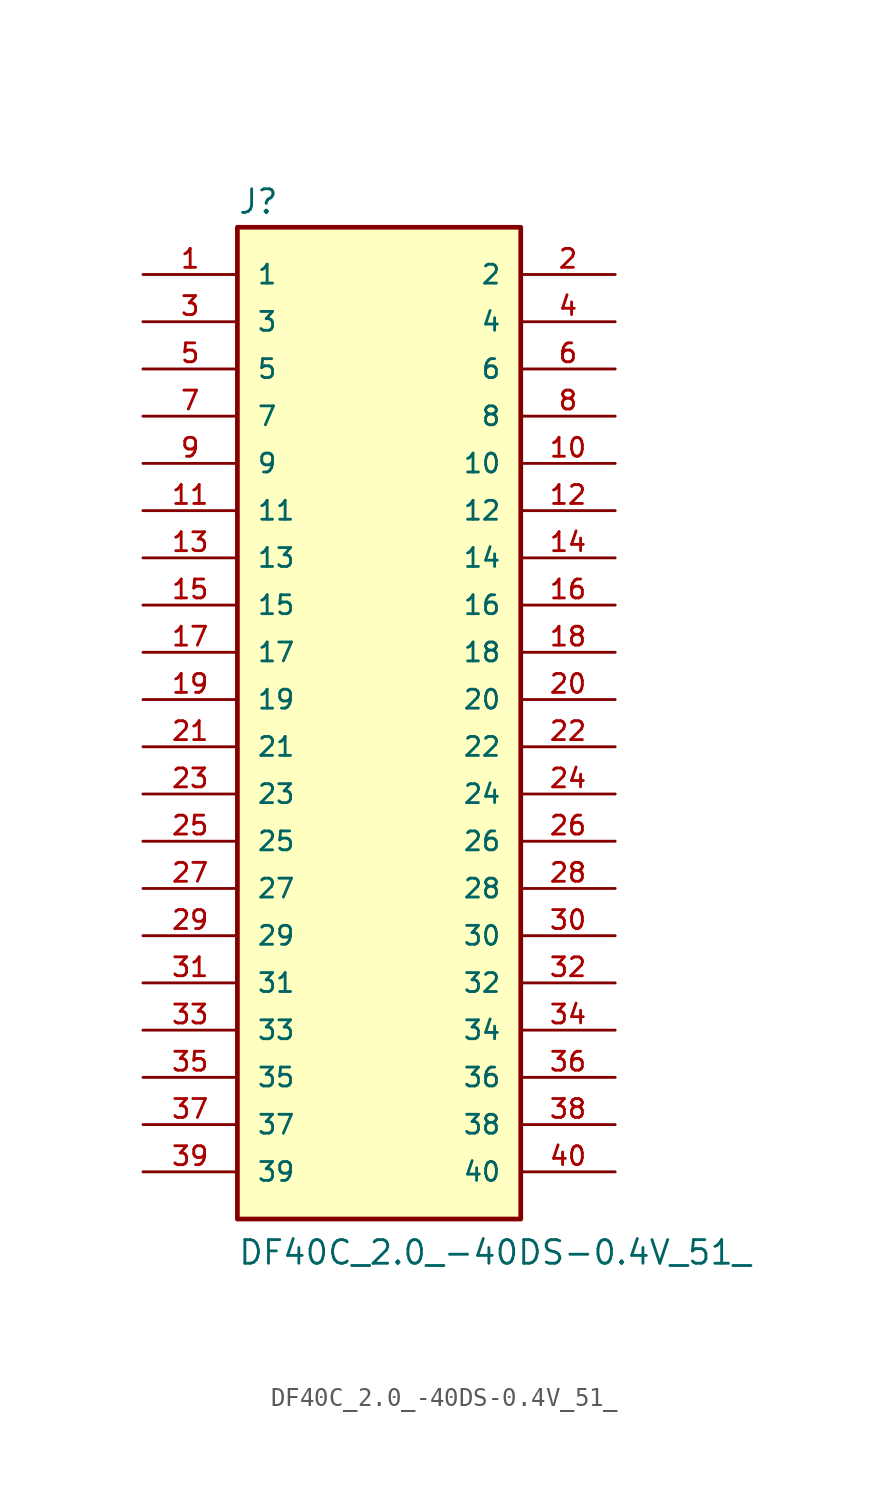
<source format=kicad_sym>
(kicad_symbol_lib
  (version 20211014)
  (generator kicad_symbol_editor)
  (symbol "DF40C_2.0_-40DS-0.4V_51_"
    (pin_names
      (offset 1.016))
    (property "Reference" "J"
      (at -7.62 28.575 0)
      (effects (font (size 1.27 1.27)) (justify bottom left)))
    (property "Value" "DF40C_2.0_-40DS-0.4V_51_"
      (at -7.62 -27.94 0)
      (effects (font (size 1.27 1.27)) (justify bottom left)))
    (symbol "DF40C_2.0_-40DS-0.4V_51__0_0"
      (rectangle (start -7.62 -25.4) (end 7.62 27.94) (stroke (width 0.254)) (fill (type background)))
      (pin passive line (at -12.7 25.4 0) (length 5.08) (name "1" (effects (font (size 1.016 1.016)))) (number "1" (effects (font (size 1.016 1.016)))))
      (pin passive line (at 12.7 25.4 180.0) (length 5.08) (name "2" (effects (font (size 1.016 1.016)))) (number "2" (effects (font (size 1.016 1.016)))))
      (pin passive line (at -12.7 22.86 0) (length 5.08) (name "3" (effects (font (size 1.016 1.016)))) (number "3" (effects (font (size 1.016 1.016)))))
      (pin passive line (at 12.7 22.86 180.0) (length 5.08) (name "4" (effects (font (size 1.016 1.016)))) (number "4" (effects (font (size 1.016 1.016)))))
      (pin passive line (at -12.7 20.32 0) (length 5.08) (name "5" (effects (font (size 1.016 1.016)))) (number "5" (effects (font (size 1.016 1.016)))))
      (pin passive line (at 12.7 20.32 180.0) (length 5.08) (name "6" (effects (font (size 1.016 1.016)))) (number "6" (effects (font (size 1.016 1.016)))))
      (pin passive line (at -12.7 17.78 0) (length 5.08) (name "7" (effects (font (size 1.016 1.016)))) (number "7" (effects (font (size 1.016 1.016)))))
      (pin passive line (at 12.7 17.78 180.0) (length 5.08) (name "8" (effects (font (size 1.016 1.016)))) (number "8" (effects (font (size 1.016 1.016)))))
      (pin passive line (at -12.7 15.24 0) (length 5.08) (name "9" (effects (font (size 1.016 1.016)))) (number "9" (effects (font (size 1.016 1.016)))))
      (pin passive line (at 12.7 15.24 180.0) (length 5.08) (name "10" (effects (font (size 1.016 1.016)))) (number "10" (effects (font (size 1.016 1.016)))))
      (pin passive line (at -12.7 12.7 0) (length 5.08) (name "11" (effects (font (size 1.016 1.016)))) (number "11" (effects (font (size 1.016 1.016)))))
      (pin passive line (at 12.7 12.7 180.0) (length 5.08) (name "12" (effects (font (size 1.016 1.016)))) (number "12" (effects (font (size 1.016 1.016)))))
      (pin passive line (at -12.7 10.16 0) (length 5.08) (name "13" (effects (font (size 1.016 1.016)))) (number "13" (effects (font (size 1.016 1.016)))))
      (pin passive line (at 12.7 10.16 180.0) (length 5.08) (name "14" (effects (font (size 1.016 1.016)))) (number "14" (effects (font (size 1.016 1.016)))))
      (pin passive line (at -12.7 7.62 0) (length 5.08) (name "15" (effects (font (size 1.016 1.016)))) (number "15" (effects (font (size 1.016 1.016)))))
      (pin passive line (at 12.7 7.62 180.0) (length 5.08) (name "16" (effects (font (size 1.016 1.016)))) (number "16" (effects (font (size 1.016 1.016)))))
      (pin passive line (at -12.7 5.08 0) (length 5.08) (name "17" (effects (font (size 1.016 1.016)))) (number "17" (effects (font (size 1.016 1.016)))))
      (pin passive line (at 12.7 5.08 180.0) (length 5.08) (name "18" (effects (font (size 1.016 1.016)))) (number "18" (effects (font (size 1.016 1.016)))))
      (pin passive line (at -12.7 2.54 0) (length 5.08) (name "19" (effects (font (size 1.016 1.016)))) (number "19" (effects (font (size 1.016 1.016)))))
      (pin passive line (at 12.7 2.54 180.0) (length 5.08) (name "20" (effects (font (size 1.016 1.016)))) (number "20" (effects (font (size 1.016 1.016)))))
      (pin passive line (at -12.7 0.0 0) (length 5.08) (name "21" (effects (font (size 1.016 1.016)))) (number "21" (effects (font (size 1.016 1.016)))))
      (pin passive line (at 12.7 0.0 180.0) (length 5.08) (name "22" (effects (font (size 1.016 1.016)))) (number "22" (effects (font (size 1.016 1.016)))))
      (pin passive line (at -12.7 -2.54 0) (length 5.08) (name "23" (effects (font (size 1.016 1.016)))) (number "23" (effects (font (size 1.016 1.016)))))
      (pin passive line (at 12.7 -2.54 180.0) (length 5.08) (name "24" (effects (font (size 1.016 1.016)))) (number "24" (effects (font (size 1.016 1.016)))))
      (pin passive line (at -12.7 -5.08 0) (length 5.08) (name "25" (effects (font (size 1.016 1.016)))) (number "25" (effects (font (size 1.016 1.016)))))
      (pin passive line (at 12.7 -5.08 180.0) (length 5.08) (name "26" (effects (font (size 1.016 1.016)))) (number "26" (effects (font (size 1.016 1.016)))))
      (pin passive line (at -12.7 -7.62 0) (length 5.08) (name "27" (effects (font (size 1.016 1.016)))) (number "27" (effects (font (size 1.016 1.016)))))
      (pin passive line (at 12.7 -7.62 180.0) (length 5.08) (name "28" (effects (font (size 1.016 1.016)))) (number "28" (effects (font (size 1.016 1.016)))))
      (pin passive line (at -12.7 -10.16 0) (length 5.08) (name "29" (effects (font (size 1.016 1.016)))) (number "29" (effects (font (size 1.016 1.016)))))
      (pin passive line (at 12.7 -10.16 180.0) (length 5.08) (name "30" (effects (font (size 1.016 1.016)))) (number "30" (effects (font (size 1.016 1.016)))))
      (pin passive line (at -12.7 -12.7 0) (length 5.08) (name "31" (effects (font (size 1.016 1.016)))) (number "31" (effects (font (size 1.016 1.016)))))
      (pin passive line (at 12.7 -12.7 180.0) (length 5.08) (name "32" (effects (font (size 1.016 1.016)))) (number "32" (effects (font (size 1.016 1.016)))))
      (pin passive line (at -12.7 -15.24 0) (length 5.08) (name "33" (effects (font (size 1.016 1.016)))) (number "33" (effects (font (size 1.016 1.016)))))
      (pin passive line (at 12.7 -15.24 180.0) (length 5.08) (name "34" (effects (font (size 1.016 1.016)))) (number "34" (effects (font (size 1.016 1.016)))))
      (pin passive line (at -12.7 -17.78 0) (length 5.08) (name "35" (effects (font (size 1.016 1.016)))) (number "35" (effects (font (size 1.016 1.016)))))
      (pin passive line (at 12.7 -17.78 180.0) (length 5.08) (name "36" (effects (font (size 1.016 1.016)))) (number "36" (effects (font (size 1.016 1.016)))))
      (pin passive line (at -12.7 -20.32 0) (length 5.08) (name "37" (effects (font (size 1.016 1.016)))) (number "37" (effects (font (size 1.016 1.016)))))
      (pin passive line (at 12.7 -20.32 180.0) (length 5.08) (name "38" (effects (font (size 1.016 1.016)))) (number "38" (effects (font (size 1.016 1.016)))))
      (pin passive line (at -12.7 -22.86 0) (length 5.08) (name "39" (effects (font (size 1.016 1.016)))) (number "39" (effects (font (size 1.016 1.016)))))
      (pin passive line (at 12.7 -22.86 180.0) (length 5.08) (name "40" (effects (font (size 1.016 1.016)))) (number "40" (effects (font (size 1.016 1.016))))))))
</source>
